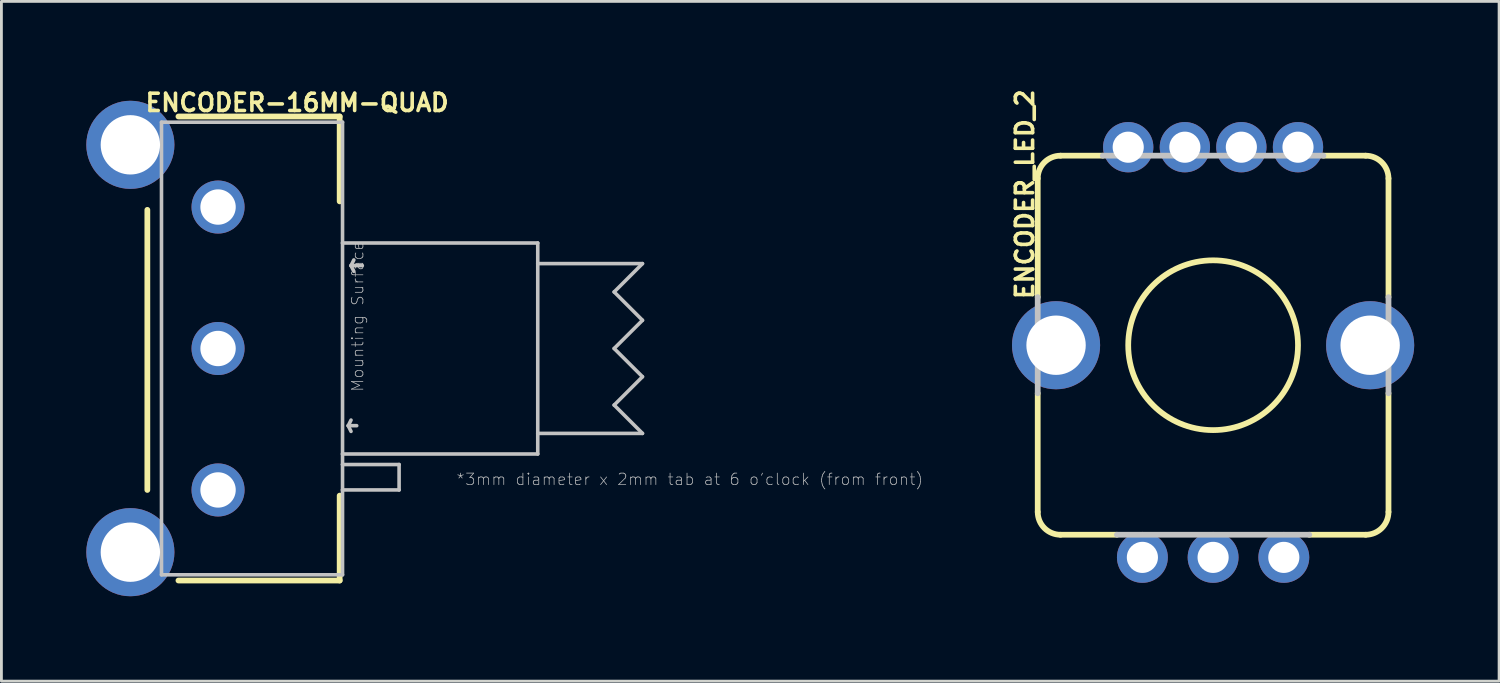
<source format=kicad_pcb>
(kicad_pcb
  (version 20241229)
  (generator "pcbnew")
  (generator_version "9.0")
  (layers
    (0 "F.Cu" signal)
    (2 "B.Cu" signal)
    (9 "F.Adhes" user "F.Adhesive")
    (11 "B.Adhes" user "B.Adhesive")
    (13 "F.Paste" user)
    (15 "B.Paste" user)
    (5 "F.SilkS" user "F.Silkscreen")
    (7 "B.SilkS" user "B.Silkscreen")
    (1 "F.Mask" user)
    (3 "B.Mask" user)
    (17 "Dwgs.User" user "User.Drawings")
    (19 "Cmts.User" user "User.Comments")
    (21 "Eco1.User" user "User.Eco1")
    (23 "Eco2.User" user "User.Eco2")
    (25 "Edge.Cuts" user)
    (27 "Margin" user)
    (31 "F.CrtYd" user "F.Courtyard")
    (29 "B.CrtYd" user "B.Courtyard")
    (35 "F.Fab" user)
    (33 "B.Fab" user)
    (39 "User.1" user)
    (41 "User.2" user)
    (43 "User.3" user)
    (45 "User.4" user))
  (footprint "ENCODER_LED_2"
    (layer "F.Cu")
    (at 39.821 9.15)
    (property "Reference" "ENCODER_LED_2" (at -6.655 -5.334 90) (layer "F.SilkS") (effects (font (size 0.61 0.61) (thickness 0.127))))
    (attr exclude_from_pos_files exclude_from_bom)
    (fp_line (start -6.198 -1.699) (end -6.198 -5.893) (stroke (width 0.203) (type solid)) (layer "F.SilkS"))
    (fp_line (start -6.198 1.699) (end -6.198 5.893) (stroke (width 0.203) (type solid)) (layer "F.SilkS"))
    (fp_line (start -5.392 -6.698) (end -3.899 -6.698) (stroke (width 0.203) (type solid)) (layer "F.SilkS"))
    (fp_line (start -5.392 6.698) (end -3.399 6.698) (stroke (width 0.203) (type solid)) (layer "F.SilkS"))
    (fp_line (start 5.392 -6.698) (end 3.899 -6.698) (stroke (width 0.203) (type solid)) (layer "F.SilkS"))
    (fp_line (start 5.392 6.698) (end 3.399 6.698) (stroke (width 0.203) (type solid)) (layer "F.SilkS"))
    (fp_line (start 6.198 -1.699) (end 6.198 -5.893) (stroke (width 0.203) (type solid)) (layer "F.SilkS"))
    (fp_line (start 6.198 1.699) (end 6.198 5.893) (stroke (width 0.203) (type solid)) (layer "F.SilkS"))
    (fp_arc (start -6.1976 -5.8928) (mid -5.961768 -6.462148) (end -5.39242 -6.69798) (stroke (width 0.2032) (type solid)) (layer "F.SilkS"))
    (fp_arc (start -5.39242 6.69798) (mid -5.961768 6.462148) (end -6.1976 5.8928) (stroke (width 0.2032) (type solid)) (layer "F.SilkS"))
    (fp_arc (start 5.39242 -6.69798) (mid 5.961768 -6.462148) (end 6.1976 -5.8928) (stroke (width 0.2032) (type solid)) (layer "F.SilkS"))
    (fp_arc (start 6.1976 5.8928) (mid 5.961768 6.462148) (end 5.39242 6.69798) (stroke (width 0.2032) (type solid)) (layer "F.SilkS"))
    (fp_circle (center 0 0) (end 0 -3) (stroke (width 0.203) (type solid)) (fill no) (layer "F.SilkS"))
    (fp_line (start -6.198 1.699) (end -6.198 -1.699) (stroke (width 0.203) (type solid)) (layer "Dwgs.User"))
    (fp_line (start -3.899 -6.698) (end 3.899 -6.698) (stroke (width 0.203) (type solid)) (layer "Dwgs.User"))
    (fp_line (start 3.399 6.698) (end -3.399 6.698) (stroke (width 0.203) (type solid)) (layer "Dwgs.User"))
    (fp_line (start 6.198 -1.699) (end 6.198 1.699) (stroke (width 0.203) (type solid)) (layer "Dwgs.User"))
    (pad "+G" thru_hole circle (at 0.998 -6.998) (size 1.778 1.778) (drill 1.1) (layers "*.Cu" "*.Paste" "*.Mask"))
    (pad "+R" thru_hole circle (at -0.998 -6.998) (size 1.778 1.778) (drill 1.1) (layers "*.Cu" "*.Paste" "*.Mask"))
    (pad "A" thru_hole circle (at -2.499 7.498) (size 1.798 1.798) (drill 1.1) (layers "*.Cu" "*.Paste" "*.Mask"))
    (pad "B" thru_hole circle (at 2.499 7.498) (size 1.798 1.798) (drill 1.1) (layers "*.Cu" "*.Paste" "*.Mask"))
    (pad "C" thru_hole circle (at 0 7.498) (size 1.798 1.798) (drill 1.1) (layers "*.Cu" "*.Paste" "*.Mask"))
    (pad "GND" thru_hole circle (at 3 -6.998) (size 1.778 1.778) (drill 1.1) (layers "*.Cu" "*.Paste" "*.Mask"))
    (pad "P$1" thru_hole circle (at -5.55 0) (size 3.114 3.114) (drill 2.098) (layers "*.Cu" "*.Paste" "*.Mask"))
    (pad "P$2" thru_hole circle (at 5.55 0) (size 3.114 3.114) (drill 2.098) (layers "*.Cu" "*.Paste" "*.Mask"))
    (pad "SW" thru_hole circle (at -3 -6.998) (size 1.778 1.778) (drill 1.1) (layers "*.Cu" "*.Paste" "*.Mask")))
  (footprint "ENCODER-16MM-QUAD"
    (layer "F.Cu")
    (at 4.656 9.266)
    (property "Reference" "ENCODER-16MM-QUAD" (at 2.794 -8.687 0) (layer "F.SilkS") (effects (font (size 0.61 0.61) (thickness 0.127))))
    (attr exclude_from_pos_files exclude_from_bom)
    (fp_line (start -2.499 -4.9) (end -2.499 4.999) (stroke (width 0.203) (type solid)) (layer "F.SilkS"))
    (fp_line (start -1.4 -8.199) (end 4.298 -8.199) (stroke (width 0.203) (type solid)) (layer "F.SilkS"))
    (fp_line (start -1.4 8.199) (end 4.298 8.199) (stroke (width 0.203) (type solid)) (layer "F.SilkS"))
    (fp_line (start 4.298 -8.199) (end 4.298 -5.199) (stroke (width 0.203) (type solid)) (layer "F.SilkS"))
    (fp_line (start 4.298 5.199) (end 4.298 8.199) (stroke (width 0.203) (type solid)) (layer "F.SilkS"))
    (fp_line (start -1.999 -7.998) (end 4.399 -7.998) (stroke (width 0.127) (type solid)) (layer "Dwgs.User"))
    (fp_line (start -1.999 7.998) (end -1.999 -7.998) (stroke (width 0.127) (type solid)) (layer "Dwgs.User"))
    (fp_line (start 4.399 -7.998) (end 4.399 -3.729) (stroke (width 0.127) (type solid)) (layer "Dwgs.User"))
    (fp_line (start 4.399 -3.729) (end 4.399 3.729) (stroke (width 0.127) (type solid)) (layer "Dwgs.User"))
    (fp_line (start 4.399 -3.729) (end 11.298 -3.729) (stroke (width 0.127) (type solid)) (layer "Dwgs.User"))
    (fp_line (start 4.399 3.729) (end 4.399 4.1) (stroke (width 0.127) (type solid)) (layer "Dwgs.User"))
    (fp_line (start 4.399 4.1) (end 4.399 4.999) (stroke (width 0.127) (type solid)) (layer "Dwgs.User"))
    (fp_line (start 4.399 4.1) (end 6.398 4.1) (stroke (width 0.127) (type solid)) (layer "Dwgs.User"))
    (fp_line (start 4.399 4.999) (end 4.399 7.998) (stroke (width 0.127) (type solid)) (layer "Dwgs.User"))
    (fp_line (start 4.399 7.998) (end -1.999 7.998) (stroke (width 0.127) (type solid)) (layer "Dwgs.User"))
    (fp_line (start 4.6 2.728) (end 4.699 2.929) (stroke (width 0.127) (type solid)) (layer "Dwgs.User"))
    (fp_line (start 4.699 -2.929) (end 4.798 -3.129) (stroke (width 0.127) (type solid)) (layer "Dwgs.User"))
    (fp_line (start 4.699 -2.929) (end 4.798 -2.728) (stroke (width 0.127) (type solid)) (layer "Dwgs.User"))
    (fp_line (start 4.699 2.53) (end 4.6 2.728) (stroke (width 0.127) (type solid)) (layer "Dwgs.User"))
    (fp_line (start 4.9 2.728) (end 4.6 2.728) (stroke (width 0.127) (type solid)) (layer "Dwgs.User"))
    (fp_line (start 5.098 -2.929) (end 4.699 -2.929) (stroke (width 0.127) (type solid)) (layer "Dwgs.User"))
    (fp_line (start 6.398 4.1) (end 6.398 4.999) (stroke (width 0.127) (type solid)) (layer "Dwgs.User"))
    (fp_line (start 6.398 4.999) (end 4.399 4.999) (stroke (width 0.127) (type solid)) (layer "Dwgs.User"))
    (fp_line (start 11.298 -3.729) (end 11.298 -3) (stroke (width 0.127) (type solid)) (layer "Dwgs.User"))
    (fp_line (start 11.298 -3) (end 11.298 3) (stroke (width 0.127) (type solid)) (layer "Dwgs.User"))
    (fp_line (start 11.298 -3) (end 14.999 -3) (stroke (width 0.127) (type solid)) (layer "Dwgs.User"))
    (fp_line (start 11.298 3) (end 11.298 3.729) (stroke (width 0.127) (type solid)) (layer "Dwgs.User"))
    (fp_line (start 11.298 3.729) (end 4.399 3.729) (stroke (width 0.127) (type solid)) (layer "Dwgs.User"))
    (fp_line (start 13.998 -1.999) (end 14.999 -0.998) (stroke (width 0.127) (type solid)) (layer "Dwgs.User"))
    (fp_line (start 13.998 0) (end 14.999 0.998) (stroke (width 0.127) (type solid)) (layer "Dwgs.User"))
    (fp_line (start 13.998 1.999) (end 14.999 3) (stroke (width 0.127) (type solid)) (layer "Dwgs.User"))
    (fp_line (start 14.999 -3) (end 13.998 -1.999) (stroke (width 0.127) (type solid)) (layer "Dwgs.User"))
    (fp_line (start 14.999 -0.998) (end 13.998 0) (stroke (width 0.127) (type solid)) (layer "Dwgs.User"))
    (fp_line (start 14.999 0.998) (end 13.998 1.999) (stroke (width 0.127) (type solid)) (layer "Dwgs.User"))
    (fp_line (start 14.999 3) (end 11.298 3) (stroke (width 0.127) (type solid)) (layer "Dwgs.User"))
    (fp_text user "*3mm diameter x 2mm tab at 6 o'clock (from front)" (at 16.67 4.623 0) (layer "Dwgs.User") (effects (font (size 0.406 0.406) (thickness 0.025))))
    (fp_text user "Mounting Surface" (at 4.933 -1.135 90) (layer "Dwgs.User") (effects (font (size 0.406 0.406) (thickness 0.025))))
    (pad "A" thru_hole circle (at 0 4.999) (size 1.875 1.875) (drill 1.25) (layers "*.Cu" "*.Paste" "*.Mask"))
    (pad "B" thru_hole circle (at 0 0) (size 1.875 1.875) (drill 1.25) (layers "*.Cu" "*.Paste" "*.Mask"))
    (pad "C" thru_hole circle (at 0 -4.999) (size 1.875 1.875) (drill 1.25) (layers "*.Cu" "*.Paste" "*.Mask"))
    (pad "P$1" thru_hole circle (at -3.099 -7.198) (size 3.114 3.114) (drill 2.098) (layers "*.Cu" "*.Paste" "*.Mask"))
    (pad "P$2" thru_hole circle (at -3.099 7.198) (size 3.114 3.114) (drill 2.098) (layers "*.Cu" "*.Paste" "*.Mask")))
  (gr_rect
    (start -3 -3)
    (end 49.928 21.022)
    (stroke (width 0.1) (type default))
    (fill no)
    (layer "Edge.Cuts")))
</source>
